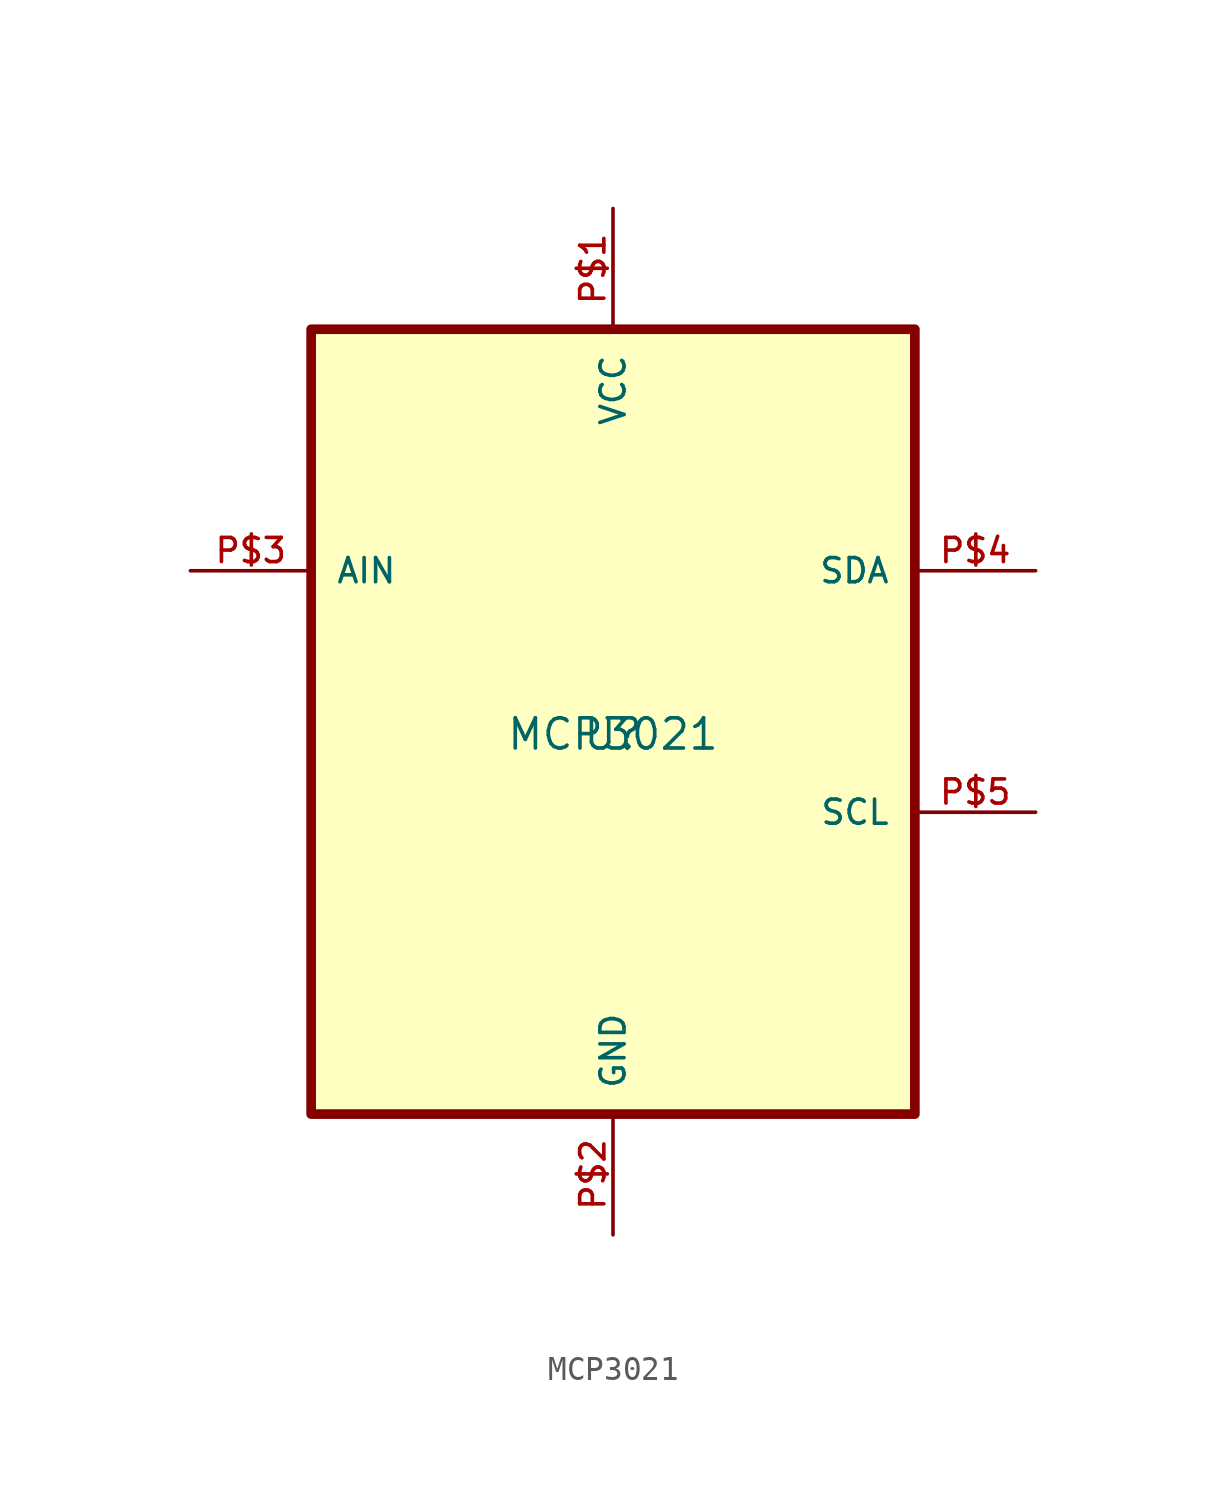
<source format=kicad_sym>
(kicad_symbol_lib
  (version 20220914)
  (generator kicad_symbol_editor)
  (symbol "MCP3021"
    (pin_names
      (offset 1.016))
    (property "Reference" "U"
      (at 0 0 0)
      (effects (font (size 1.27 1.27)) (justify bottom)))
    (property "Value" "MCP3021"
      (at 0 0 0)
      (effects (font (size 1.27 1.27)) (justify bottom)))
    (symbol "MCP3021_0_0"
      (rectangle (start -12.7 17.78) (end 12.7 -15.24) (stroke (width 0.406) (type default)) (fill (type background)))
      (pin bidirectional line (at -17.78 7.62 0) (length 5.08) (name "AIN" (effects (font (size 1.016 1.016)))) (number "P$3" (effects (font (size 1.016 1.016)))))
      (pin bidirectional line (at 17.78 7.62 180) (length 5.08) (name "SDA" (effects (font (size 1.016 1.016)))) (number "P$4" (effects (font (size 1.016 1.016)))))
      (pin bidirectional line (at 17.78 -2.54 180) (length 5.08) (name "SCL" (effects (font (size 1.016 1.016)))) (number "P$5" (effects (font (size 1.016 1.016))))))
    (symbol "MCP3021_1_0"
      (pin power_in line (at 0 22.86 270) (length 5.08) (name "VCC" (effects (font (size 1.016 1.016)))) (number "P$1" (effects (font (size 1.016 1.016)))))
      (pin power_in line (at 0 -20.32 90) (length 5.08) (name "GND" (effects (font (size 1.016 1.016)))) (number "P$2" (effects (font (size 1.016 1.016))))))))
</source>
